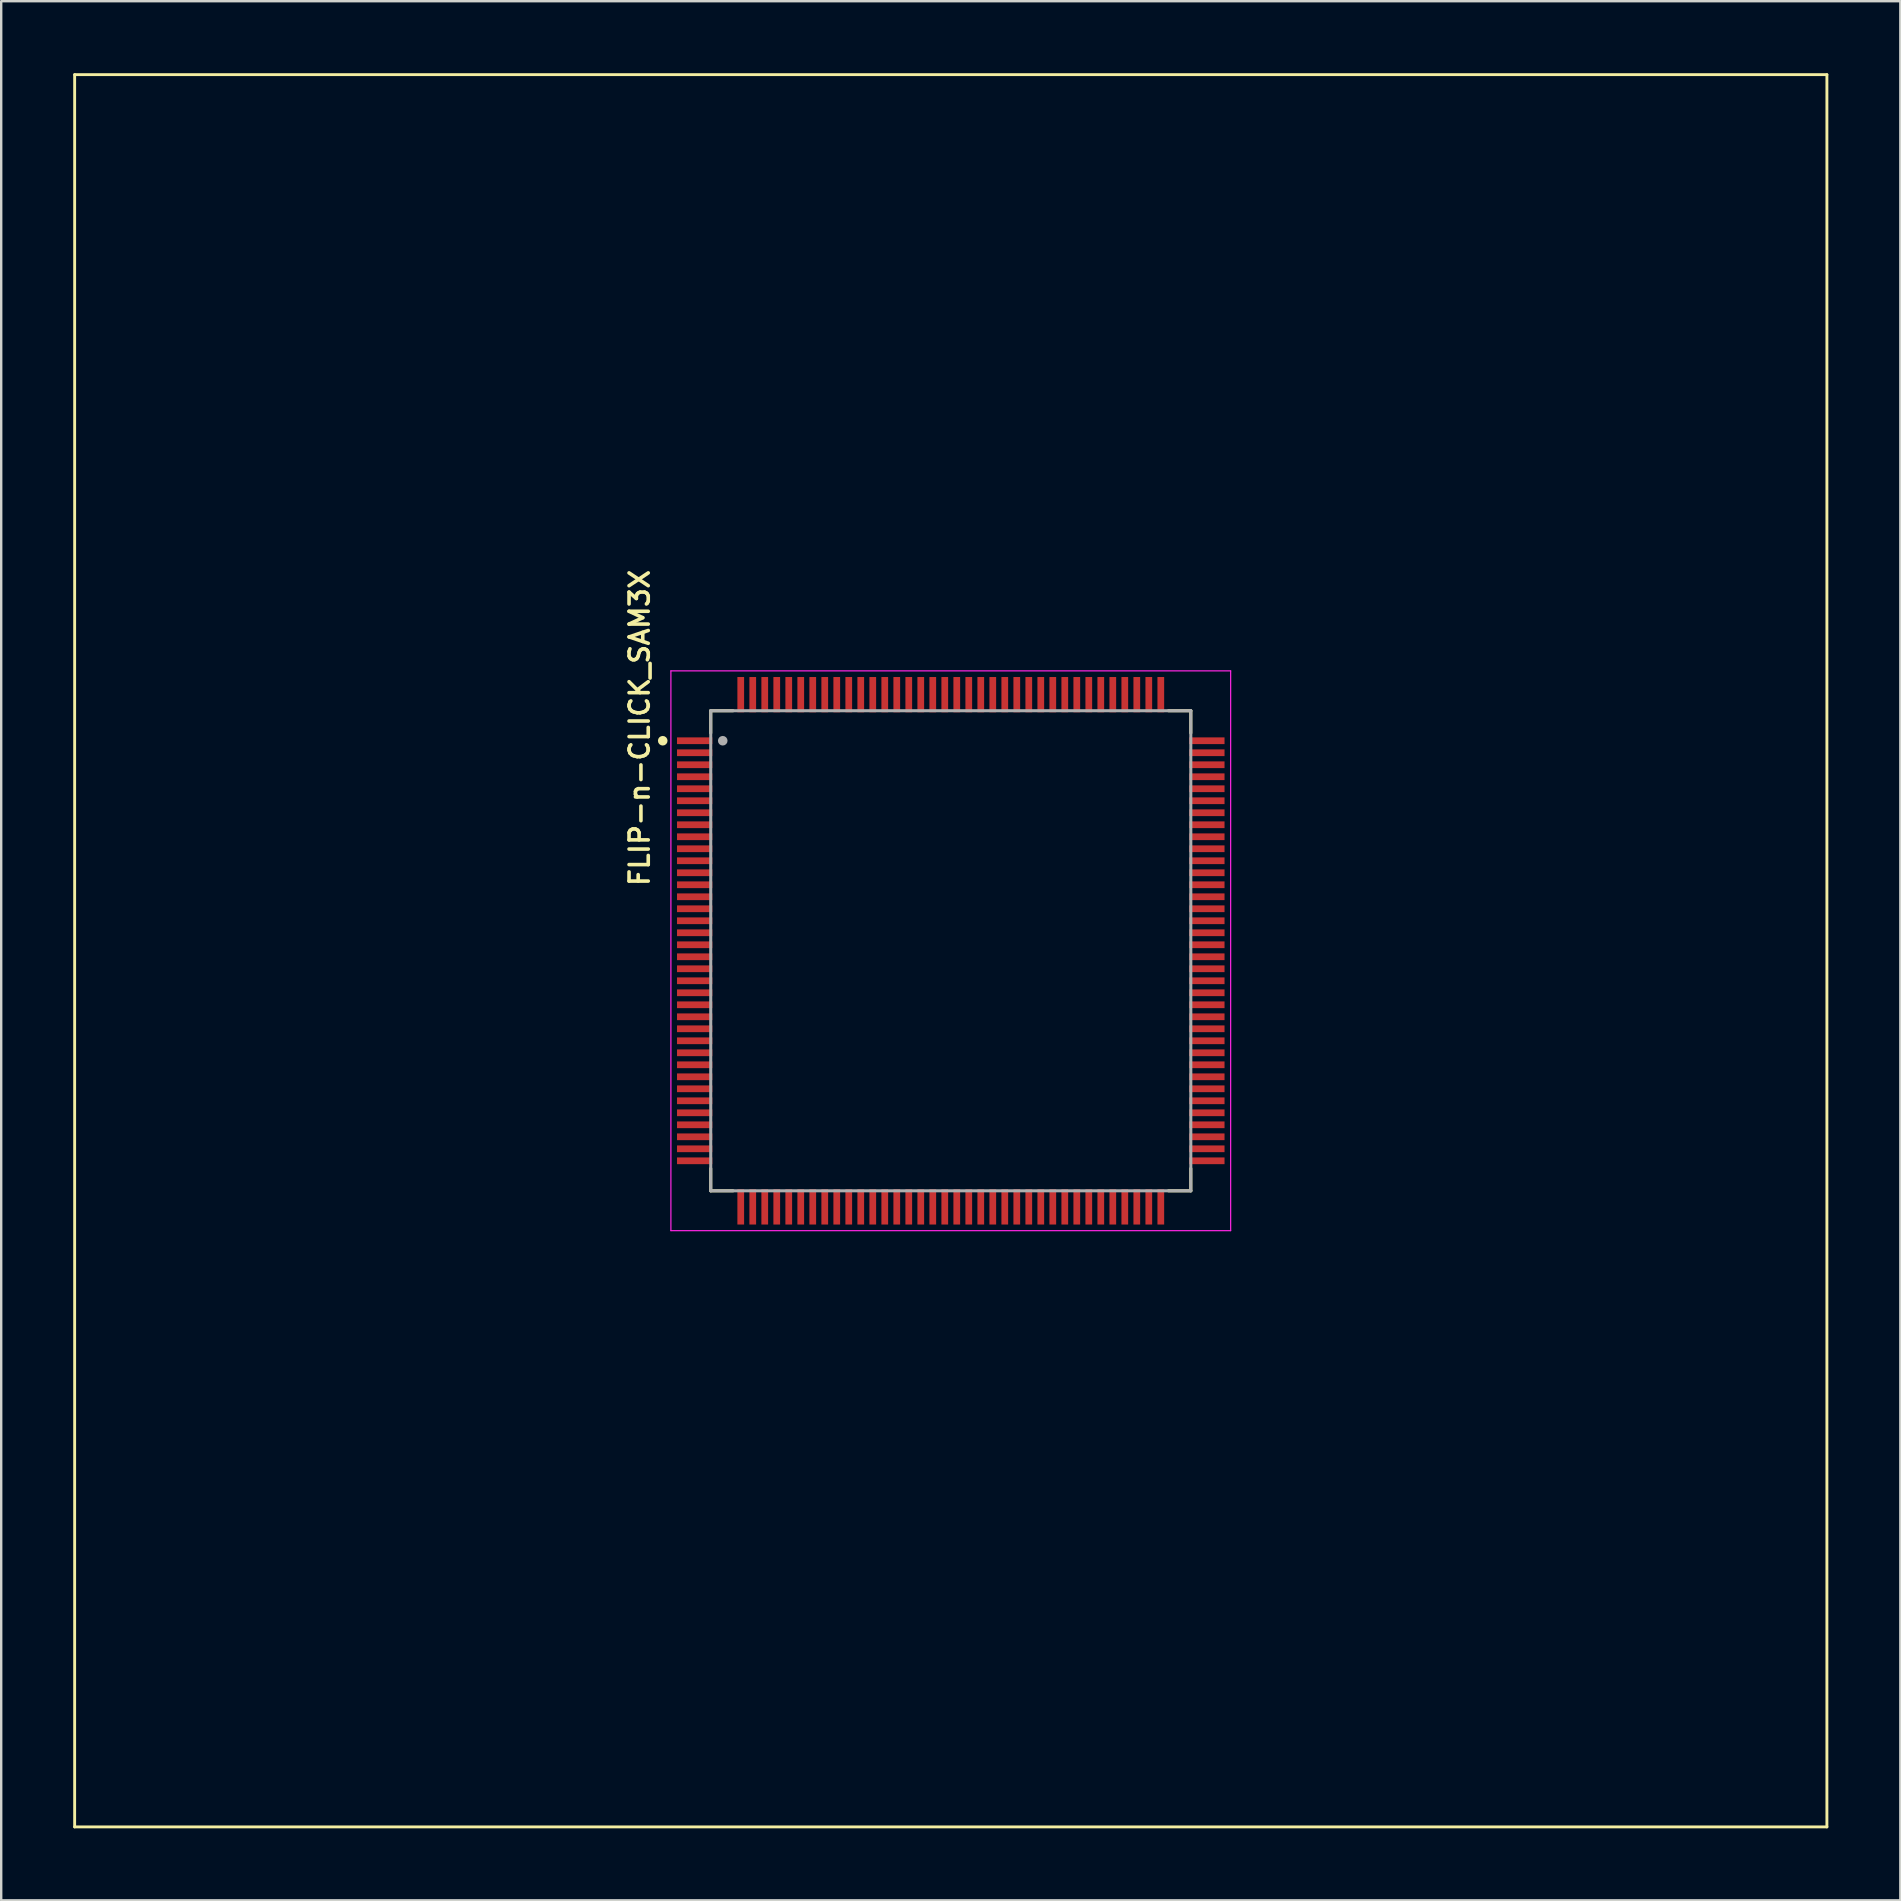
<source format=kicad_pcb>
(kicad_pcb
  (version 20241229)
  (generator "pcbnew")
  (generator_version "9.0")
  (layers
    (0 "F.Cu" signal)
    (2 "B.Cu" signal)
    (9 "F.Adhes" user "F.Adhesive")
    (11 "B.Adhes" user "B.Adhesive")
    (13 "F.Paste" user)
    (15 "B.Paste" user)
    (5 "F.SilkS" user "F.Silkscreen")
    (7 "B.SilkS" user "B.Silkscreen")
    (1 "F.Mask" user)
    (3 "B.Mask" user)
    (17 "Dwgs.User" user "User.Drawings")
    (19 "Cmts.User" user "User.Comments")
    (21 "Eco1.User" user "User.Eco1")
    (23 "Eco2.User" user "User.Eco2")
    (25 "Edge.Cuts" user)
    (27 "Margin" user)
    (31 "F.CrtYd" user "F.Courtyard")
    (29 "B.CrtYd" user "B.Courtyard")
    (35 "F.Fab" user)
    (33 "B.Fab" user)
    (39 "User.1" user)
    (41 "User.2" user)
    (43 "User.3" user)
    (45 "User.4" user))
  (footprint "FLIP-n-CLICK_SAM3X"
    (layer "F.Cu")
    (at 36.56 36.56)
    (property "Reference" "FLIP-n-CLICK_SAM3X" (at -12.966 -9.286 90) (unlocked yes) (layer "F.SilkS") (effects (font (size 0.8 0.8) (thickness 0.15))))
    (attr smd)
    (fp_line (start -36.5 -36.5) (end -36.5 36.5) (stroke (width 0.12) (type solid)) (layer "F.SilkS"))
    (fp_line (start -36.5 -36.5) (end 36.5 -36.5) (stroke (width 0.12) (type solid)) (layer "F.SilkS"))
    (fp_line (start -36.5 36.5) (end 36.5 36.5) (stroke (width 0.12) (type solid)) (layer "F.SilkS"))
    (fp_line (start -10 -10) (end -9.07 -10) (stroke (width 0.127) (type solid)) (layer "F.SilkS"))
    (fp_line (start -10 -9.07) (end -10 -10) (stroke (width 0.127) (type solid)) (layer "F.SilkS"))
    (fp_line (start -10 9.07) (end -10 10) (stroke (width 0.127) (type solid)) (layer "F.SilkS"))
    (fp_line (start -10 10) (end -9.07 10) (stroke (width 0.127) (type solid)) (layer "F.SilkS"))
    (fp_line (start 9.07 -10) (end 10 -10) (stroke (width 0.127) (type solid)) (layer "F.SilkS"))
    (fp_line (start 9.07 10) (end 10 10) (stroke (width 0.127) (type solid)) (layer "F.SilkS"))
    (fp_line (start 10 -10) (end 10 -9.07) (stroke (width 0.127) (type solid)) (layer "F.SilkS"))
    (fp_line (start 10 10) (end 10 9.07) (stroke (width 0.127) (type solid)) (layer "F.SilkS"))
    (fp_line (start 36.5 -36.5) (end 36.5 36.5) (stroke (width 0.12) (type solid)) (layer "F.SilkS"))
    (fp_circle (center -12 -8.75) (end -11.9 -8.75) (stroke (width 0.2) (type solid)) (fill no) (layer "F.SilkS"))
    (fp_line (start -11.66 -11.66) (end 11.66 -11.66) (stroke (width 0.05) (type solid)) (layer "F.CrtYd"))
    (fp_line (start -11.66 11.66) (end -11.66 -11.66) (stroke (width 0.05) (type solid)) (layer "F.CrtYd"))
    (fp_line (start 11.66 -11.66) (end 11.66 11.66) (stroke (width 0.05) (type solid)) (layer "F.CrtYd"))
    (fp_line (start 11.66 11.66) (end -11.66 11.66) (stroke (width 0.05) (type solid)) (layer "F.CrtYd"))
    (fp_line (start -10 -10) (end 10 -10) (stroke (width 0.127) (type solid)) (layer "F.Fab"))
    (fp_line (start -10 10) (end -10 -10) (stroke (width 0.127) (type solid)) (layer "F.Fab"))
    (fp_line (start 10 -10) (end 10 10) (stroke (width 0.127) (type solid)) (layer "F.Fab"))
    (fp_line (start 10 10) (end -10 10) (stroke (width 0.127) (type solid)) (layer "F.Fab"))
    (fp_circle (center -9.5 -8.75) (end -9.4 -8.75) (stroke (width 0.2) (type solid)) (fill no) (layer "F.Fab"))
    (pad "1" smd rect (at -10.67 -8.75) (size 1.47 0.28) (layers "F.Cu" "F.Mask" "F.Paste"))
    (pad "2" smd rect (at -10.67 -8.25) (size 1.47 0.28) (layers "F.Cu" "F.Mask" "F.Paste"))
    (pad "3" smd rect (at -10.67 -7.75) (size 1.47 0.28) (layers "F.Cu" "F.Mask" "F.Paste"))
    (pad "4" smd rect (at -10.67 -7.25) (size 1.47 0.28) (layers "F.Cu" "F.Mask" "F.Paste"))
    (pad "5" smd rect (at -10.67 -6.75) (size 1.47 0.28) (layers "F.Cu" "F.Mask" "F.Paste"))
    (pad "6" smd rect (at -10.67 -6.25) (size 1.47 0.28) (layers "F.Cu" "F.Mask" "F.Paste"))
    (pad "7" smd rect (at -10.67 -5.75) (size 1.47 0.28) (layers "F.Cu" "F.Mask" "F.Paste"))
    (pad "8" smd rect (at -10.67 -5.25) (size 1.47 0.28) (layers "F.Cu" "F.Mask" "F.Paste"))
    (pad "9" smd rect (at -10.67 -4.75) (size 1.47 0.28) (layers "F.Cu" "F.Mask" "F.Paste"))
    (pad "10" smd rect (at -10.67 -4.25) (size 1.47 0.28) (layers "F.Cu" "F.Mask" "F.Paste"))
    (pad "11" smd rect (at -10.67 -3.75) (size 1.47 0.28) (layers "F.Cu" "F.Mask" "F.Paste"))
    (pad "12" smd rect (at -10.67 -3.25) (size 1.47 0.28) (layers "F.Cu" "F.Mask" "F.Paste"))
    (pad "13" smd rect (at -10.67 -2.75) (size 1.47 0.28) (layers "F.Cu" "F.Mask" "F.Paste"))
    (pad "14" smd rect (at -10.67 -2.25) (size 1.47 0.28) (layers "F.Cu" "F.Mask" "F.Paste"))
    (pad "15" smd rect (at -10.67 -1.75) (size 1.47 0.28) (layers "F.Cu" "F.Mask" "F.Paste"))
    (pad "16" smd rect (at -10.67 -1.25) (size 1.47 0.28) (layers "F.Cu" "F.Mask" "F.Paste"))
    (pad "17" smd rect (at -10.67 -0.75) (size 1.47 0.28) (layers "F.Cu" "F.Mask" "F.Paste"))
    (pad "18" smd rect (at -10.67 -0.25) (size 1.47 0.28) (layers "F.Cu" "F.Mask" "F.Paste"))
    (pad "19" smd rect (at -10.67 0.25) (size 1.47 0.28) (layers "F.Cu" "F.Mask" "F.Paste"))
    (pad "20" smd rect (at -10.67 0.75) (size 1.47 0.28) (layers "F.Cu" "F.Mask" "F.Paste"))
    (pad "21" smd rect (at -10.67 1.25) (size 1.47 0.28) (layers "F.Cu" "F.Mask" "F.Paste"))
    (pad "22" smd rect (at -10.67 1.75) (size 1.47 0.28) (layers "F.Cu" "F.Mask" "F.Paste"))
    (pad "23" smd rect (at -10.67 2.25) (size 1.47 0.28) (layers "F.Cu" "F.Mask" "F.Paste"))
    (pad "24" smd rect (at -10.67 2.75) (size 1.47 0.28) (layers "F.Cu" "F.Mask" "F.Paste"))
    (pad "25" smd rect (at -10.67 3.25) (size 1.47 0.28) (layers "F.Cu" "F.Mask" "F.Paste"))
    (pad "26" smd rect (at -10.67 3.75) (size 1.47 0.28) (layers "F.Cu" "F.Mask" "F.Paste"))
    (pad "27" smd rect (at -10.67 4.25) (size 1.47 0.28) (layers "F.Cu" "F.Mask" "F.Paste"))
    (pad "28" smd rect (at -10.67 4.75) (size 1.47 0.28) (layers "F.Cu" "F.Mask" "F.Paste"))
    (pad "29" smd rect (at -10.67 5.25) (size 1.47 0.28) (layers "F.Cu" "F.Mask" "F.Paste"))
    (pad "30" smd rect (at -10.67 5.75) (size 1.47 0.28) (layers "F.Cu" "F.Mask" "F.Paste"))
    (pad "31" smd rect (at -10.67 6.25) (size 1.47 0.28) (layers "F.Cu" "F.Mask" "F.Paste"))
    (pad "32" smd rect (at -10.67 6.75) (size 1.47 0.28) (layers "F.Cu" "F.Mask" "F.Paste"))
    (pad "33" smd rect (at -10.67 7.25) (size 1.47 0.28) (layers "F.Cu" "F.Mask" "F.Paste"))
    (pad "34" smd rect (at -10.67 7.75) (size 1.47 0.28) (layers "F.Cu" "F.Mask" "F.Paste"))
    (pad "35" smd rect (at -10.67 8.25) (size 1.47 0.28) (layers "F.Cu" "F.Mask" "F.Paste"))
    (pad "36" smd rect (at -10.67 8.75) (size 1.47 0.28) (layers "F.Cu" "F.Mask" "F.Paste"))
    (pad "37" smd rect (at -8.75 10.67) (size 0.28 1.47) (layers "F.Cu" "F.Mask" "F.Paste"))
    (pad "38" smd rect (at -8.25 10.67) (size 0.28 1.47) (layers "F.Cu" "F.Mask" "F.Paste"))
    (pad "39" smd rect (at -7.75 10.67) (size 0.28 1.47) (layers "F.Cu" "F.Mask" "F.Paste"))
    (pad "40" smd rect (at -7.25 10.67) (size 0.28 1.47) (layers "F.Cu" "F.Mask" "F.Paste"))
    (pad "41" smd rect (at -6.75 10.67) (size 0.28 1.47) (layers "F.Cu" "F.Mask" "F.Paste"))
    (pad "42" smd rect (at -6.25 10.67) (size 0.28 1.47) (layers "F.Cu" "F.Mask" "F.Paste"))
    (pad "43" smd rect (at -5.75 10.67) (size 0.28 1.47) (layers "F.Cu" "F.Mask" "F.Paste"))
    (pad "44" smd rect (at -5.25 10.67) (size 0.28 1.47) (layers "F.Cu" "F.Mask" "F.Paste"))
    (pad "45" smd rect (at -4.75 10.67) (size 0.28 1.47) (layers "F.Cu" "F.Mask" "F.Paste"))
    (pad "46" smd rect (at -4.25 10.67) (size 0.28 1.47) (layers "F.Cu" "F.Mask" "F.Paste"))
    (pad "47" smd rect (at -3.75 10.67) (size 0.28 1.47) (layers "F.Cu" "F.Mask" "F.Paste"))
    (pad "48" smd rect (at -3.25 10.67) (size 0.28 1.47) (layers "F.Cu" "F.Mask" "F.Paste"))
    (pad "49" smd rect (at -2.75 10.67) (size 0.28 1.47) (layers "F.Cu" "F.Mask" "F.Paste"))
    (pad "50" smd rect (at -2.25 10.67) (size 0.28 1.47) (layers "F.Cu" "F.Mask" "F.Paste"))
    (pad "51" smd rect (at -1.75 10.67) (size 0.28 1.47) (layers "F.Cu" "F.Mask" "F.Paste"))
    (pad "52" smd rect (at -1.25 10.67) (size 0.28 1.47) (layers "F.Cu" "F.Mask" "F.Paste"))
    (pad "53" smd rect (at -0.75 10.67) (size 0.28 1.47) (layers "F.Cu" "F.Mask" "F.Paste"))
    (pad "54" smd rect (at -0.25 10.67) (size 0.28 1.47) (layers "F.Cu" "F.Mask" "F.Paste"))
    (pad "55" smd rect (at 0.25 10.67) (size 0.28 1.47) (layers "F.Cu" "F.Mask" "F.Paste"))
    (pad "56" smd rect (at 0.75 10.67) (size 0.28 1.47) (layers "F.Cu" "F.Mask" "F.Paste"))
    (pad "57" smd rect (at 1.25 10.67) (size 0.28 1.47) (layers "F.Cu" "F.Mask" "F.Paste"))
    (pad "58" smd rect (at 1.75 10.67) (size 0.28 1.47) (layers "F.Cu" "F.Mask" "F.Paste"))
    (pad "59" smd rect (at 2.25 10.67) (size 0.28 1.47) (layers "F.Cu" "F.Mask" "F.Paste"))
    (pad "60" smd rect (at 2.75 10.67) (size 0.28 1.47) (layers "F.Cu" "F.Mask" "F.Paste"))
    (pad "61" smd rect (at 3.25 10.67) (size 0.28 1.47) (layers "F.Cu" "F.Mask" "F.Paste"))
    (pad "62" smd rect (at 3.75 10.67) (size 0.28 1.47) (layers "F.Cu" "F.Mask" "F.Paste"))
    (pad "63" smd rect (at 4.25 10.67) (size 0.28 1.47) (layers "F.Cu" "F.Mask" "F.Paste"))
    (pad "64" smd rect (at 4.75 10.67) (size 0.28 1.47) (layers "F.Cu" "F.Mask" "F.Paste"))
    (pad "65" smd rect (at 5.25 10.67) (size 0.28 1.47) (layers "F.Cu" "F.Mask" "F.Paste"))
    (pad "66" smd rect (at 5.75 10.67) (size 0.28 1.47) (layers "F.Cu" "F.Mask" "F.Paste"))
    (pad "67" smd rect (at 6.25 10.67) (size 0.28 1.47) (layers "F.Cu" "F.Mask" "F.Paste"))
    (pad "68" smd rect (at 6.75 10.67) (size 0.28 1.47) (layers "F.Cu" "F.Mask" "F.Paste"))
    (pad "69" smd rect (at 7.25 10.67) (size 0.28 1.47) (layers "F.Cu" "F.Mask" "F.Paste"))
    (pad "70" smd rect (at 7.75 10.67) (size 0.28 1.47) (layers "F.Cu" "F.Mask" "F.Paste"))
    (pad "71" smd rect (at 8.25 10.67) (size 0.28 1.47) (layers "F.Cu" "F.Mask" "F.Paste"))
    (pad "72" smd rect (at 8.75 10.67) (size 0.28 1.47) (layers "F.Cu" "F.Mask" "F.Paste"))
    (pad "73" smd rect (at 10.67 8.75) (size 1.47 0.28) (layers "F.Cu" "F.Mask" "F.Paste"))
    (pad "74" smd rect (at 10.67 8.25) (size 1.47 0.28) (layers "F.Cu" "F.Mask" "F.Paste"))
    (pad "75" smd rect (at 10.67 7.75) (size 1.47 0.28) (layers "F.Cu" "F.Mask" "F.Paste"))
    (pad "76" smd rect (at 10.67 7.25) (size 1.47 0.28) (layers "F.Cu" "F.Mask" "F.Paste"))
    (pad "77" smd rect (at 10.67 6.75) (size 1.47 0.28) (layers "F.Cu" "F.Mask" "F.Paste"))
    (pad "78" smd rect (at 10.67 6.25) (size 1.47 0.28) (layers "F.Cu" "F.Mask" "F.Paste"))
    (pad "79" smd rect (at 10.67 5.75) (size 1.47 0.28) (layers "F.Cu" "F.Mask" "F.Paste"))
    (pad "80" smd rect (at 10.67 5.25) (size 1.47 0.28) (layers "F.Cu" "F.Mask" "F.Paste"))
    (pad "81" smd rect (at 10.67 4.75) (size 1.47 0.28) (layers "F.Cu" "F.Mask" "F.Paste"))
    (pad "82" smd rect (at 10.67 4.25) (size 1.47 0.28) (layers "F.Cu" "F.Mask" "F.Paste"))
    (pad "83" smd rect (at 10.67 3.75) (size 1.47 0.28) (layers "F.Cu" "F.Mask" "F.Paste"))
    (pad "84" smd rect (at 10.67 3.25) (size 1.47 0.28) (layers "F.Cu" "F.Mask" "F.Paste"))
    (pad "85" smd rect (at 10.67 2.75) (size 1.47 0.28) (layers "F.Cu" "F.Mask" "F.Paste"))
    (pad "86" smd rect (at 10.67 2.25) (size 1.47 0.28) (layers "F.Cu" "F.Mask" "F.Paste"))
    (pad "87" smd rect (at 10.67 1.75) (size 1.47 0.28) (layers "F.Cu" "F.Mask" "F.Paste"))
    (pad "88" smd rect (at 10.67 1.25) (size 1.47 0.28) (layers "F.Cu" "F.Mask" "F.Paste"))
    (pad "89" smd rect (at 10.67 0.75) (size 1.47 0.28) (layers "F.Cu" "F.Mask" "F.Paste"))
    (pad "90" smd rect (at 10.67 0.25) (size 1.47 0.28) (layers "F.Cu" "F.Mask" "F.Paste"))
    (pad "91" smd rect (at 10.67 -0.25) (size 1.47 0.28) (layers "F.Cu" "F.Mask" "F.Paste"))
    (pad "92" smd rect (at 10.67 -0.75) (size 1.47 0.28) (layers "F.Cu" "F.Mask" "F.Paste"))
    (pad "93" smd rect (at 10.67 -1.25) (size 1.47 0.28) (layers "F.Cu" "F.Mask" "F.Paste"))
    (pad "94" smd rect (at 10.67 -1.75) (size 1.47 0.28) (layers "F.Cu" "F.Mask" "F.Paste"))
    (pad "95" smd rect (at 10.67 -2.25) (size 1.47 0.28) (layers "F.Cu" "F.Mask" "F.Paste"))
    (pad "96" smd rect (at 10.67 -2.75) (size 1.47 0.28) (layers "F.Cu" "F.Mask" "F.Paste"))
    (pad "97" smd rect (at 10.67 -3.25) (size 1.47 0.28) (layers "F.Cu" "F.Mask" "F.Paste"))
    (pad "98" smd rect (at 10.67 -3.75) (size 1.47 0.28) (layers "F.Cu" "F.Mask" "F.Paste"))
    (pad "99" smd rect (at 10.67 -4.25) (size 1.47 0.28) (layers "F.Cu" "F.Mask" "F.Paste"))
    (pad "100" smd rect (at 10.67 -4.75) (size 1.47 0.28) (layers "F.Cu" "F.Mask" "F.Paste"))
    (pad "101" smd rect (at 10.67 -5.25) (size 1.47 0.28) (layers "F.Cu" "F.Mask" "F.Paste"))
    (pad "102" smd rect (at 10.67 -5.75) (size 1.47 0.28) (layers "F.Cu" "F.Mask" "F.Paste"))
    (pad "103" smd rect (at 10.67 -6.25) (size 1.47 0.28) (layers "F.Cu" "F.Mask" "F.Paste"))
    (pad "104" smd rect (at 10.67 -6.75) (size 1.47 0.28) (layers "F.Cu" "F.Mask" "F.Paste"))
    (pad "105" smd rect (at 10.67 -7.25) (size 1.47 0.28) (layers "F.Cu" "F.Mask" "F.Paste"))
    (pad "106" smd rect (at 10.67 -7.75) (size 1.47 0.28) (layers "F.Cu" "F.Mask" "F.Paste"))
    (pad "107" smd rect (at 10.67 -8.25) (size 1.47 0.28) (layers "F.Cu" "F.Mask" "F.Paste"))
    (pad "108" smd rect (at 10.67 -8.75) (size 1.47 0.28) (layers "F.Cu" "F.Mask" "F.Paste"))
    (pad "109" smd rect (at 8.75 -10.67) (size 0.28 1.47) (layers "F.Cu" "F.Mask" "F.Paste"))
    (pad "110" smd rect (at 8.25 -10.67) (size 0.28 1.47) (layers "F.Cu" "F.Mask" "F.Paste"))
    (pad "111" smd rect (at 7.75 -10.67) (size 0.28 1.47) (layers "F.Cu" "F.Mask" "F.Paste"))
    (pad "112" smd rect (at 7.25 -10.67) (size 0.28 1.47) (layers "F.Cu" "F.Mask" "F.Paste"))
    (pad "113" smd rect (at 6.75 -10.67) (size 0.28 1.47) (layers "F.Cu" "F.Mask" "F.Paste"))
    (pad "114" smd rect (at 6.25 -10.67) (size 0.28 1.47) (layers "F.Cu" "F.Mask" "F.Paste"))
    (pad "115" smd rect (at 5.75 -10.67) (size 0.28 1.47) (layers "F.Cu" "F.Mask" "F.Paste"))
    (pad "116" smd rect (at 5.25 -10.67) (size 0.28 1.47) (layers "F.Cu" "F.Mask" "F.Paste"))
    (pad "117" smd rect (at 4.75 -10.67) (size 0.28 1.47) (layers "F.Cu" "F.Mask" "F.Paste"))
    (pad "118" smd rect (at 4.25 -10.67) (size 0.28 1.47) (layers "F.Cu" "F.Mask" "F.Paste"))
    (pad "119" smd rect (at 3.75 -10.67) (size 0.28 1.47) (layers "F.Cu" "F.Mask" "F.Paste"))
    (pad "120" smd rect (at 3.25 -10.67) (size 0.28 1.47) (layers "F.Cu" "F.Mask" "F.Paste"))
    (pad "121" smd rect (at 2.75 -10.67) (size 0.28 1.47) (layers "F.Cu" "F.Mask" "F.Paste"))
    (pad "122" smd rect (at 2.25 -10.67) (size 0.28 1.47) (layers "F.Cu" "F.Mask" "F.Paste"))
    (pad "123" smd rect (at 1.75 -10.67) (size 0.28 1.47) (layers "F.Cu" "F.Mask" "F.Paste"))
    (pad "124" smd rect (at 1.25 -10.67) (size 0.28 1.47) (layers "F.Cu" "F.Mask" "F.Paste"))
    (pad "125" smd rect (at 0.75 -10.67) (size 0.28 1.47) (layers "F.Cu" "F.Mask" "F.Paste"))
    (pad "126" smd rect (at 0.25 -10.67) (size 0.28 1.47) (layers "F.Cu" "F.Mask" "F.Paste"))
    (pad "127" smd rect (at -0.25 -10.67) (size 0.28 1.47) (layers "F.Cu" "F.Mask" "F.Paste"))
    (pad "128" smd rect (at -0.75 -10.67) (size 0.28 1.47) (layers "F.Cu" "F.Mask" "F.Paste"))
    (pad "129" smd rect (at -1.25 -10.67) (size 0.28 1.47) (layers "F.Cu" "F.Mask" "F.Paste"))
    (pad "130" smd rect (at -1.75 -10.67) (size 0.28 1.47) (layers "F.Cu" "F.Mask" "F.Paste"))
    (pad "131" smd rect (at -2.25 -10.67) (size 0.28 1.47) (layers "F.Cu" "F.Mask" "F.Paste"))
    (pad "132" smd rect (at -2.75 -10.67) (size 0.28 1.47) (layers "F.Cu" "F.Mask" "F.Paste"))
    (pad "133" smd rect (at -3.25 -10.67) (size 0.28 1.47) (layers "F.Cu" "F.Mask" "F.Paste"))
    (pad "134" smd rect (at -3.75 -10.67) (size 0.28 1.47) (layers "F.Cu" "F.Mask" "F.Paste"))
    (pad "135" smd rect (at -4.25 -10.67) (size 0.28 1.47) (layers "F.Cu" "F.Mask" "F.Paste"))
    (pad "136" smd rect (at -4.75 -10.67) (size 0.28 1.47) (layers "F.Cu" "F.Mask" "F.Paste"))
    (pad "137" smd rect (at -5.25 -10.67) (size 0.28 1.47) (layers "F.Cu" "F.Mask" "F.Paste"))
    (pad "138" smd rect (at -5.75 -10.67) (size 0.28 1.47) (layers "F.Cu" "F.Mask" "F.Paste"))
    (pad "139" smd rect (at -6.25 -10.67) (size 0.28 1.47) (layers "F.Cu" "F.Mask" "F.Paste"))
    (pad "140" smd rect (at -6.75 -10.67) (size 0.28 1.47) (layers "F.Cu" "F.Mask" "F.Paste"))
    (pad "141" smd rect (at -7.25 -10.67) (size 0.28 1.47) (layers "F.Cu" "F.Mask" "F.Paste"))
    (pad "142" smd rect (at -7.75 -10.67) (size 0.28 1.47) (layers "F.Cu" "F.Mask" "F.Paste"))
    (pad "143" smd rect (at -8.25 -10.67) (size 0.28 1.47) (layers "F.Cu" "F.Mask" "F.Paste"))
    (pad "144" smd rect (at -8.75 -10.67) (size 0.28 1.47) (layers "F.Cu" "F.Mask" "F.Paste")))
  (gr_rect
    (start -3 -3)
    (end 76.12 76.12)
    (stroke (width 0.1) (type default))
    (fill no)
    (layer "Edge.Cuts")))
</source>
